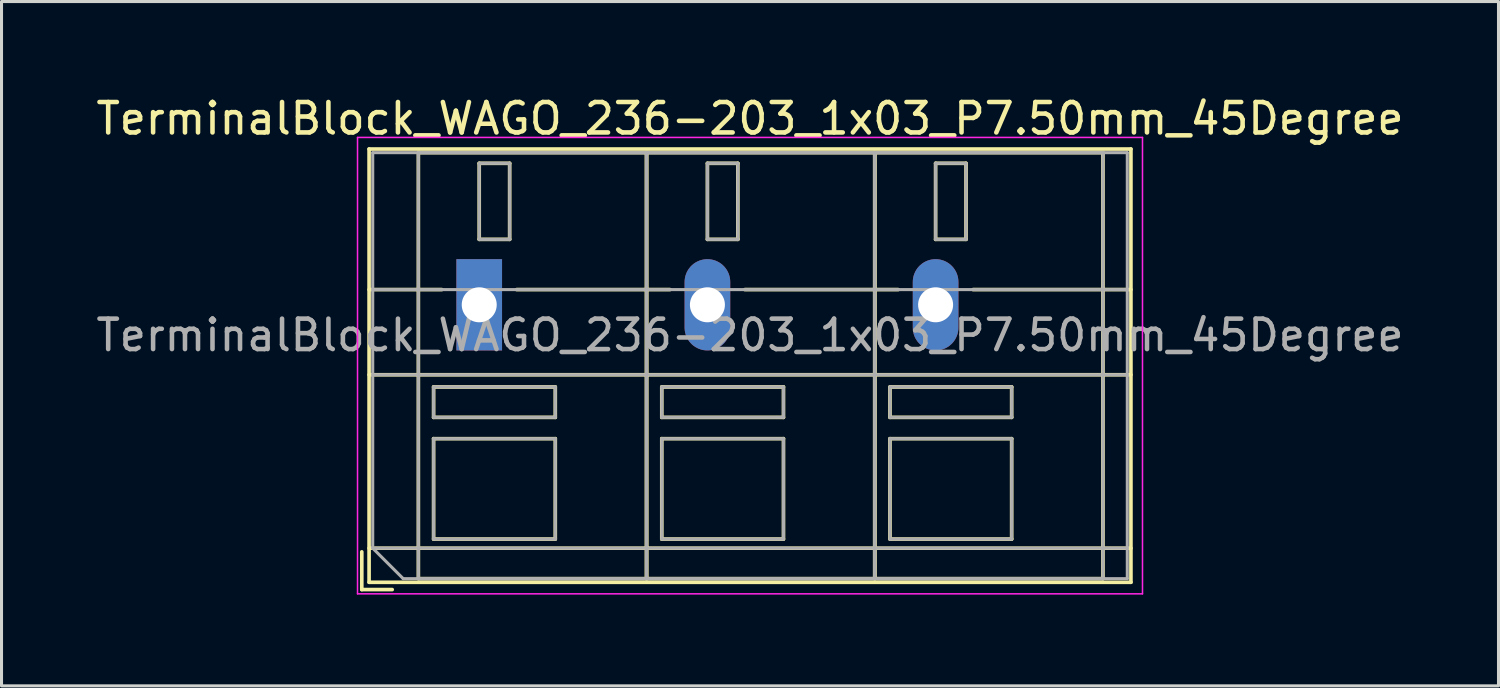
<source format=kicad_pcb>
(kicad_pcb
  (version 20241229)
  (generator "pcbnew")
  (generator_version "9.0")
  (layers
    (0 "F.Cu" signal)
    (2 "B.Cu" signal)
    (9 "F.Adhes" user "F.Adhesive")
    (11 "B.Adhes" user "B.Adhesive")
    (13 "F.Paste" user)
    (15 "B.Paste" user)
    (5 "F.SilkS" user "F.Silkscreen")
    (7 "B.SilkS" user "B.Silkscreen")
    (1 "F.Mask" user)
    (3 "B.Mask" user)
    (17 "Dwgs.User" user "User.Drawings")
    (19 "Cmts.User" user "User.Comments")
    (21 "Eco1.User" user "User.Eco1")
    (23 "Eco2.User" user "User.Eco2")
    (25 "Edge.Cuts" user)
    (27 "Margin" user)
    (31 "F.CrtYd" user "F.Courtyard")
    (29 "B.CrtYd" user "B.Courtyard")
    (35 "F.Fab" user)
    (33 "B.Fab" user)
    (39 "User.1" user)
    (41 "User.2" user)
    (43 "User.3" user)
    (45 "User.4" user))
  (footprint "TerminalBlock_WAGO_236-203_1x03_P7.50mm_45Degree"
    (layer "F.Cu")
    (at 12.701 6.968)
    (property "Reference" "TerminalBlock_WAGO_236-203_1x03_P7.50mm_45Degree" (at 8.9 -6.12 0) (layer "F.SilkS") (effects (font (size 1 1) (thickness 0.15))))
    (attr through_hole)
    (fp_line (start -3.86 8.12) (end -3.86 9.36) (stroke (width 0.12) (type solid)) (layer "F.SilkS"))
    (fp_line (start -3.86 9.36) (end -2.86 9.36) (stroke (width 0.12) (type solid)) (layer "F.SilkS"))
    (fp_line (start -3.62 -5.12) (end -3.62 9.12) (stroke (width 0.12) (type solid)) (layer "F.SilkS"))
    (fp_line (start -3.62 -5.12) (end 21.42 -5.12) (stroke (width 0.12) (type solid)) (layer "F.SilkS"))
    (fp_line (start -3.62 -0.5) (end -1.23 -0.5) (stroke (width 0.12) (type solid)) (layer "F.SilkS"))
    (fp_line (start -3.62 2.3) (end 21.42 2.3) (stroke (width 0.12) (type solid)) (layer "F.SilkS"))
    (fp_line (start -3.62 8) (end 21.42 8) (stroke (width 0.12) (type solid)) (layer "F.SilkS"))
    (fp_line (start -3.62 9.12) (end 21.42 9.12) (stroke (width 0.12) (type solid)) (layer "F.SilkS"))
    (fp_line (start -2 -5) (end -2 9) (stroke (width 0.12) (type solid)) (layer "F.SilkS"))
    (fp_line (start -2 -5) (end 5.5 -5) (stroke (width 0.12) (type solid)) (layer "F.SilkS"))
    (fp_line (start -2 9) (end 5.5 9) (stroke (width 0.12) (type solid)) (layer "F.SilkS"))
    (fp_line (start -1.5 2.7) (end -1.5 3.7) (stroke (width 0.12) (type solid)) (layer "F.SilkS"))
    (fp_line (start -1.5 2.7) (end 2.5 2.7) (stroke (width 0.12) (type solid)) (layer "F.SilkS"))
    (fp_line (start -1.5 3.7) (end 2.5 3.7) (stroke (width 0.12) (type solid)) (layer "F.SilkS"))
    (fp_line (start -1.5 4.4) (end -1.5 7.7) (stroke (width 0.12) (type solid)) (layer "F.SilkS"))
    (fp_line (start -1.5 4.4) (end 2.5 4.4) (stroke (width 0.12) (type solid)) (layer "F.SilkS"))
    (fp_line (start -1.5 7.7) (end 2.5 7.7) (stroke (width 0.12) (type solid)) (layer "F.SilkS"))
    (fp_line (start 0 -4.65) (end 0 -2.151) (stroke (width 0.12) (type solid)) (layer "F.SilkS"))
    (fp_line (start 0 -4.65) (end 1 -4.65) (stroke (width 0.12) (type solid)) (layer "F.SilkS"))
    (fp_line (start 0 -2.151) (end 1 -2.151) (stroke (width 0.12) (type solid)) (layer "F.SilkS"))
    (fp_line (start 1 -4.65) (end 1 -2.151) (stroke (width 0.12) (type solid)) (layer "F.SilkS"))
    (fp_line (start 1.23 -0.5) (end 6.27 -0.5) (stroke (width 0.12) (type solid)) (layer "F.SilkS"))
    (fp_line (start 2.5 2.7) (end 2.5 3.7) (stroke (width 0.12) (type solid)) (layer "F.SilkS"))
    (fp_line (start 2.5 4.4) (end 2.5 7.7) (stroke (width 0.12) (type solid)) (layer "F.SilkS"))
    (fp_line (start 5.5 -5) (end 5.5 9) (stroke (width 0.12) (type solid)) (layer "F.SilkS"))
    (fp_line (start 5.5 -5) (end 5.5 9) (stroke (width 0.12) (type solid)) (layer "F.SilkS"))
    (fp_line (start 5.5 -5) (end 13 -5) (stroke (width 0.12) (type solid)) (layer "F.SilkS"))
    (fp_line (start 5.5 9) (end 13 9) (stroke (width 0.12) (type solid)) (layer "F.SilkS"))
    (fp_line (start 6 2.7) (end 6 3.7) (stroke (width 0.12) (type solid)) (layer "F.SilkS"))
    (fp_line (start 6 2.7) (end 10 2.7) (stroke (width 0.12) (type solid)) (layer "F.SilkS"))
    (fp_line (start 6 3.7) (end 10 3.7) (stroke (width 0.12) (type solid)) (layer "F.SilkS"))
    (fp_line (start 6 4.4) (end 6 7.7) (stroke (width 0.12) (type solid)) (layer "F.SilkS"))
    (fp_line (start 6 4.4) (end 10 4.4) (stroke (width 0.12) (type solid)) (layer "F.SilkS"))
    (fp_line (start 6 7.7) (end 10 7.7) (stroke (width 0.12) (type solid)) (layer "F.SilkS"))
    (fp_line (start 7.5 -4.65) (end 7.5 -2.151) (stroke (width 0.12) (type solid)) (layer "F.SilkS"))
    (fp_line (start 7.5 -4.65) (end 8.5 -4.65) (stroke (width 0.12) (type solid)) (layer "F.SilkS"))
    (fp_line (start 7.5 -2.151) (end 8.5 -2.151) (stroke (width 0.12) (type solid)) (layer "F.SilkS"))
    (fp_line (start 8.5 -4.65) (end 8.5 -2.151) (stroke (width 0.12) (type solid)) (layer "F.SilkS"))
    (fp_line (start 8.73 -0.5) (end 13.77 -0.5) (stroke (width 0.12) (type solid)) (layer "F.SilkS"))
    (fp_line (start 10 2.7) (end 10 3.7) (stroke (width 0.12) (type solid)) (layer "F.SilkS"))
    (fp_line (start 10 4.4) (end 10 7.7) (stroke (width 0.12) (type solid)) (layer "F.SilkS"))
    (fp_line (start 13 -5) (end 13 9) (stroke (width 0.12) (type solid)) (layer "F.SilkS"))
    (fp_line (start 13 -5) (end 13 9) (stroke (width 0.12) (type solid)) (layer "F.SilkS"))
    (fp_line (start 13 -5) (end 20.5 -5) (stroke (width 0.12) (type solid)) (layer "F.SilkS"))
    (fp_line (start 13 9) (end 20.5 9) (stroke (width 0.12) (type solid)) (layer "F.SilkS"))
    (fp_line (start 13.5 2.7) (end 13.5 3.7) (stroke (width 0.12) (type solid)) (layer "F.SilkS"))
    (fp_line (start 13.5 2.7) (end 17.5 2.7) (stroke (width 0.12) (type solid)) (layer "F.SilkS"))
    (fp_line (start 13.5 3.7) (end 17.5 3.7) (stroke (width 0.12) (type solid)) (layer "F.SilkS"))
    (fp_line (start 13.5 4.4) (end 13.5 7.7) (stroke (width 0.12) (type solid)) (layer "F.SilkS"))
    (fp_line (start 13.5 4.4) (end 17.5 4.4) (stroke (width 0.12) (type solid)) (layer "F.SilkS"))
    (fp_line (start 13.5 7.7) (end 17.5 7.7) (stroke (width 0.12) (type solid)) (layer "F.SilkS"))
    (fp_line (start 15 -4.65) (end 15 -2.151) (stroke (width 0.12) (type solid)) (layer "F.SilkS"))
    (fp_line (start 15 -4.65) (end 16 -4.65) (stroke (width 0.12) (type solid)) (layer "F.SilkS"))
    (fp_line (start 15 -2.151) (end 16 -2.151) (stroke (width 0.12) (type solid)) (layer "F.SilkS"))
    (fp_line (start 16 -4.65) (end 16 -2.151) (stroke (width 0.12) (type solid)) (layer "F.SilkS"))
    (fp_line (start 16.23 -0.5) (end 21.42 -0.5) (stroke (width 0.12) (type solid)) (layer "F.SilkS"))
    (fp_line (start 17.5 2.7) (end 17.5 3.7) (stroke (width 0.12) (type solid)) (layer "F.SilkS"))
    (fp_line (start 17.5 4.4) (end 17.5 7.7) (stroke (width 0.12) (type solid)) (layer "F.SilkS"))
    (fp_line (start 20.5 -5) (end 20.5 9) (stroke (width 0.12) (type solid)) (layer "F.SilkS"))
    (fp_line (start 21.42 -5.12) (end 21.42 9.12) (stroke (width 0.12) (type solid)) (layer "F.SilkS"))
    (fp_line (start -4 -5.5) (end -4 9.5) (stroke (width 0.05) (type solid)) (layer "F.CrtYd"))
    (fp_line (start -4 9.5) (end 21.8 9.5) (stroke (width 0.05) (type solid)) (layer "F.CrtYd"))
    (fp_line (start 21.8 -5.5) (end -4 -5.5) (stroke (width 0.05) (type solid)) (layer "F.CrtYd"))
    (fp_line (start 21.8 9.5) (end 21.8 -5.5) (stroke (width 0.05) (type solid)) (layer "F.CrtYd"))
    (fp_line (start -3.5 -5) (end 21.3 -5) (stroke (width 0.1) (type solid)) (layer "F.Fab"))
    (fp_line (start -3.5 -0.5) (end 21.3 -0.5) (stroke (width 0.1) (type solid)) (layer "F.Fab"))
    (fp_line (start -3.5 2.3) (end 21.3 2.3) (stroke (width 0.1) (type solid)) (layer "F.Fab"))
    (fp_line (start -3.5 8) (end -3.5 -5) (stroke (width 0.1) (type solid)) (layer "F.Fab"))
    (fp_line (start -3.5 8) (end 21.3 8) (stroke (width 0.1) (type solid)) (layer "F.Fab"))
    (fp_line (start -2.5 9) (end -3.5 8) (stroke (width 0.1) (type solid)) (layer "F.Fab"))
    (fp_line (start -2 -5) (end -2 9) (stroke (width 0.1) (type solid)) (layer "F.Fab"))
    (fp_line (start -2 9) (end 5.5 9) (stroke (width 0.1) (type solid)) (layer "F.Fab"))
    (fp_line (start -1.5 2.7) (end -1.5 3.7) (stroke (width 0.1) (type solid)) (layer "F.Fab"))
    (fp_line (start -1.5 3.7) (end 2.5 3.7) (stroke (width 0.1) (type solid)) (layer "F.Fab"))
    (fp_line (start -1.5 4.4) (end -1.5 7.7) (stroke (width 0.1) (type solid)) (layer "F.Fab"))
    (fp_line (start -1.5 7.7) (end 2.5 7.7) (stroke (width 0.1) (type solid)) (layer "F.Fab"))
    (fp_line (start 0 -4.65) (end 0 -2.15) (stroke (width 0.1) (type solid)) (layer "F.Fab"))
    (fp_line (start 0 -2.15) (end 1 -2.15) (stroke (width 0.1) (type solid)) (layer "F.Fab"))
    (fp_line (start 1 -4.65) (end 0 -4.65) (stroke (width 0.1) (type solid)) (layer "F.Fab"))
    (fp_line (start 1 -2.15) (end 1 -4.65) (stroke (width 0.1) (type solid)) (layer "F.Fab"))
    (fp_line (start 2.5 2.7) (end -1.5 2.7) (stroke (width 0.1) (type solid)) (layer "F.Fab"))
    (fp_line (start 2.5 3.7) (end 2.5 2.7) (stroke (width 0.1) (type solid)) (layer "F.Fab"))
    (fp_line (start 2.5 4.4) (end -1.5 4.4) (stroke (width 0.1) (type solid)) (layer "F.Fab"))
    (fp_line (start 2.5 7.7) (end 2.5 4.4) (stroke (width 0.1) (type solid)) (layer "F.Fab"))
    (fp_line (start 5.5 -5) (end -2 -5) (stroke (width 0.1) (type solid)) (layer "F.Fab"))
    (fp_line (start 5.5 -5) (end 5.5 9) (stroke (width 0.1) (type solid)) (layer "F.Fab"))
    (fp_line (start 5.5 9) (end 5.5 -5) (stroke (width 0.1) (type solid)) (layer "F.Fab"))
    (fp_line (start 5.5 9) (end 13 9) (stroke (width 0.1) (type solid)) (layer "F.Fab"))
    (fp_line (start 6 2.7) (end 6 3.7) (stroke (width 0.1) (type solid)) (layer "F.Fab"))
    (fp_line (start 6 3.7) (end 10 3.7) (stroke (width 0.1) (type solid)) (layer "F.Fab"))
    (fp_line (start 6 4.4) (end 6 7.7) (stroke (width 0.1) (type solid)) (layer "F.Fab"))
    (fp_line (start 6 7.7) (end 10 7.7) (stroke (width 0.1) (type solid)) (layer "F.Fab"))
    (fp_line (start 7.5 -4.65) (end 7.5 -2.15) (stroke (width 0.1) (type solid)) (layer "F.Fab"))
    (fp_line (start 7.5 -2.15) (end 8.5 -2.15) (stroke (width 0.1) (type solid)) (layer "F.Fab"))
    (fp_line (start 8.5 -4.65) (end 7.5 -4.65) (stroke (width 0.1) (type solid)) (layer "F.Fab"))
    (fp_line (start 8.5 -2.15) (end 8.5 -4.65) (stroke (width 0.1) (type solid)) (layer "F.Fab"))
    (fp_line (start 10 2.7) (end 6 2.7) (stroke (width 0.1) (type solid)) (layer "F.Fab"))
    (fp_line (start 10 3.7) (end 10 2.7) (stroke (width 0.1) (type solid)) (layer "F.Fab"))
    (fp_line (start 10 4.4) (end 6 4.4) (stroke (width 0.1) (type solid)) (layer "F.Fab"))
    (fp_line (start 10 7.7) (end 10 4.4) (stroke (width 0.1) (type solid)) (layer "F.Fab"))
    (fp_line (start 13 -5) (end 5.5 -5) (stroke (width 0.1) (type solid)) (layer "F.Fab"))
    (fp_line (start 13 -5) (end 13 9) (stroke (width 0.1) (type solid)) (layer "F.Fab"))
    (fp_line (start 13 9) (end 13 -5) (stroke (width 0.1) (type solid)) (layer "F.Fab"))
    (fp_line (start 13 9) (end 20.5 9) (stroke (width 0.1) (type solid)) (layer "F.Fab"))
    (fp_line (start 13.5 2.7) (end 13.5 3.7) (stroke (width 0.1) (type solid)) (layer "F.Fab"))
    (fp_line (start 13.5 3.7) (end 17.5 3.7) (stroke (width 0.1) (type solid)) (layer "F.Fab"))
    (fp_line (start 13.5 4.4) (end 13.5 7.7) (stroke (width 0.1) (type solid)) (layer "F.Fab"))
    (fp_line (start 13.5 7.7) (end 17.5 7.7) (stroke (width 0.1) (type solid)) (layer "F.Fab"))
    (fp_line (start 15 -4.65) (end 15 -2.15) (stroke (width 0.1) (type solid)) (layer "F.Fab"))
    (fp_line (start 15 -2.15) (end 16 -2.15) (stroke (width 0.1) (type solid)) (layer "F.Fab"))
    (fp_line (start 16 -4.65) (end 15 -4.65) (stroke (width 0.1) (type solid)) (layer "F.Fab"))
    (fp_line (start 16 -2.15) (end 16 -4.65) (stroke (width 0.1) (type solid)) (layer "F.Fab"))
    (fp_line (start 17.5 2.7) (end 13.5 2.7) (stroke (width 0.1) (type solid)) (layer "F.Fab"))
    (fp_line (start 17.5 3.7) (end 17.5 2.7) (stroke (width 0.1) (type solid)) (layer "F.Fab"))
    (fp_line (start 17.5 4.4) (end 13.5 4.4) (stroke (width 0.1) (type solid)) (layer "F.Fab"))
    (fp_line (start 17.5 7.7) (end 17.5 4.4) (stroke (width 0.1) (type solid)) (layer "F.Fab"))
    (fp_line (start 20.5 -5) (end 13 -5) (stroke (width 0.1) (type solid)) (layer "F.Fab"))
    (fp_line (start 20.5 9) (end 20.5 -5) (stroke (width 0.1) (type solid)) (layer "F.Fab"))
    (fp_line (start 21.3 -5) (end 21.3 9) (stroke (width 0.1) (type solid)) (layer "F.Fab"))
    (fp_line (start 21.3 9) (end -2.5 9) (stroke (width 0.1) (type solid)) (layer "F.Fab"))
    (fp_text user "${REFERENCE}" (at 8.9 1 0) (layer "F.Fab") (effects (font (size 1 1) (thickness 0.15))))
    (pad "1" thru_hole rect (at 0 0) (size 1.5 3) (drill 1.15) (layers "*.Cu" "*.Mask"))
    (pad "2" thru_hole oval (at 7.5 0) (size 1.5 3) (drill 1.15) (layers "*.Cu" "*.Mask"))
    (pad "3" thru_hole oval (at 15 0) (size 1.5 3) (drill 1.15) (layers "*.Cu" "*.Mask")))
  (gr_rect
    (start -3 -3)
    (end 46.202 19.493)
    (stroke (width 0.1) (type default))
    (fill no)
    (layer "Edge.Cuts")))
</source>
